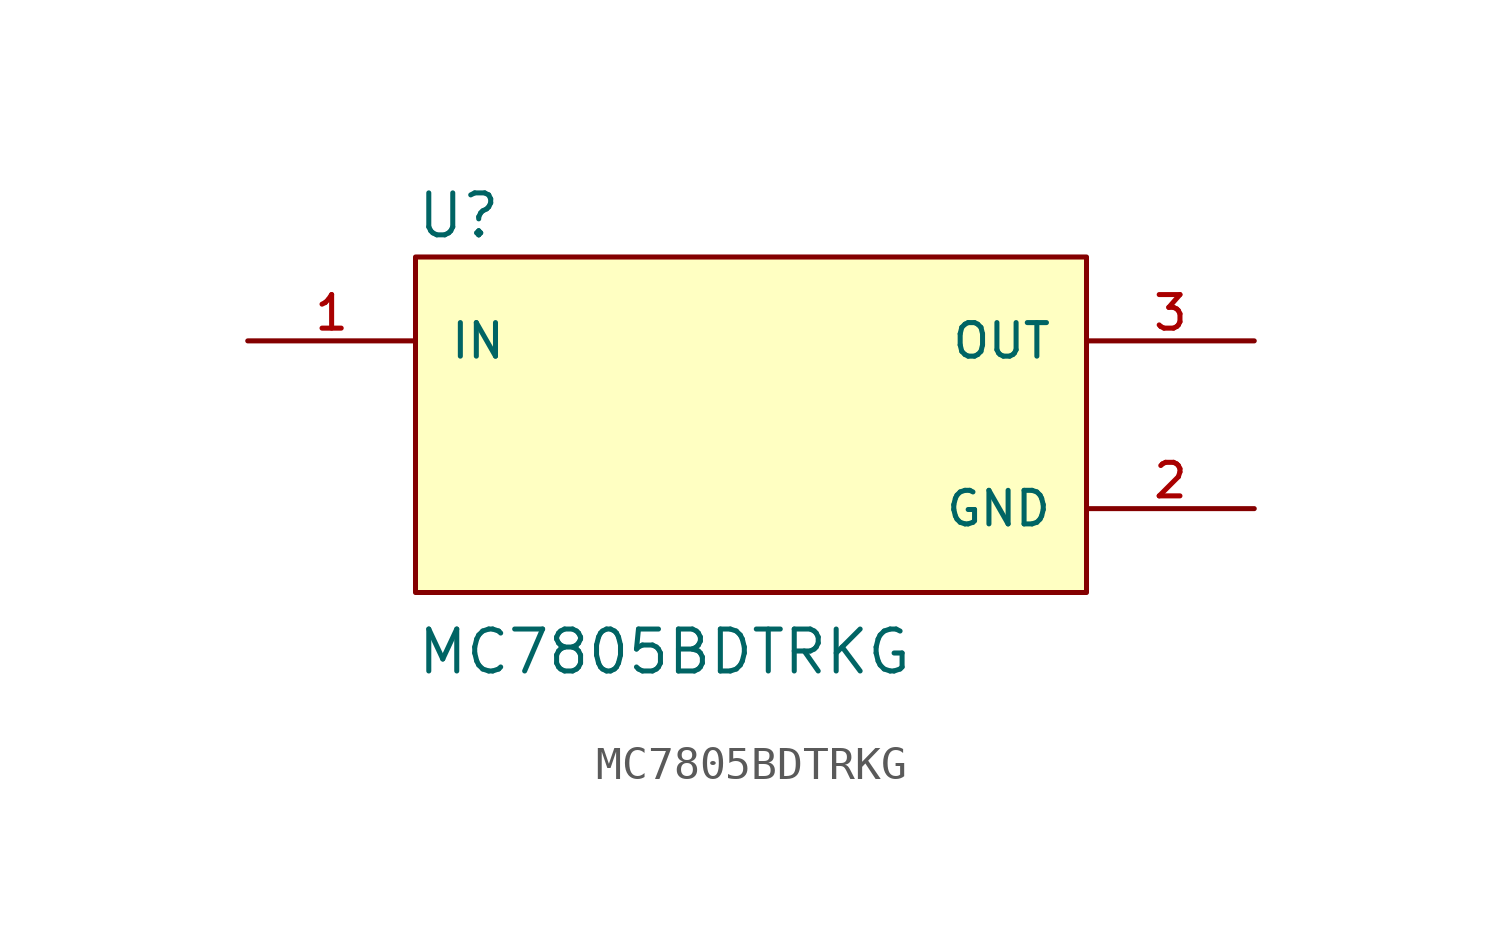
<source format=kicad_sym>
(kicad_symbol_lib
  (version 20211014)
  (generator kicad_symbol_editor)
  (symbol "MC7805BDTRKG"
    (pin_names
      (offset 1.016))
    (property "Reference" "U"
      (at -10.16 5.588 0)
      (effects (font (size 1.27 1.27)) (justify bottom left)))
    (property "Value" "MC7805BDTRKG"
      (at -10.16 -7.62 0)
      (effects (font (size 1.27 1.27)) (justify bottom left)))
    (symbol "MC7805BDTRKG_0_0"
      (rectangle (start -10.16 -5.08) (end 10.16 5.08) (stroke (width 0.152)) (fill (type background)))
      (pin input line (at -15.24 2.54 0) (length 5.08) (name "IN" (effects (font (size 1.016 1.016)))) (number "1" (effects (font (size 1.016 1.016)))))
      (pin output line (at 15.24 2.54 180.0) (length 5.08) (name "OUT" (effects (font (size 1.016 1.016)))) (number "3" (effects (font (size 1.016 1.016)))))
      (pin power_in line (at 15.24 -2.54 180.0) (length 5.08) (name "GND" (effects (font (size 1.016 1.016)))) (number "2" (effects (font (size 1.016 1.016))))))))
</source>
